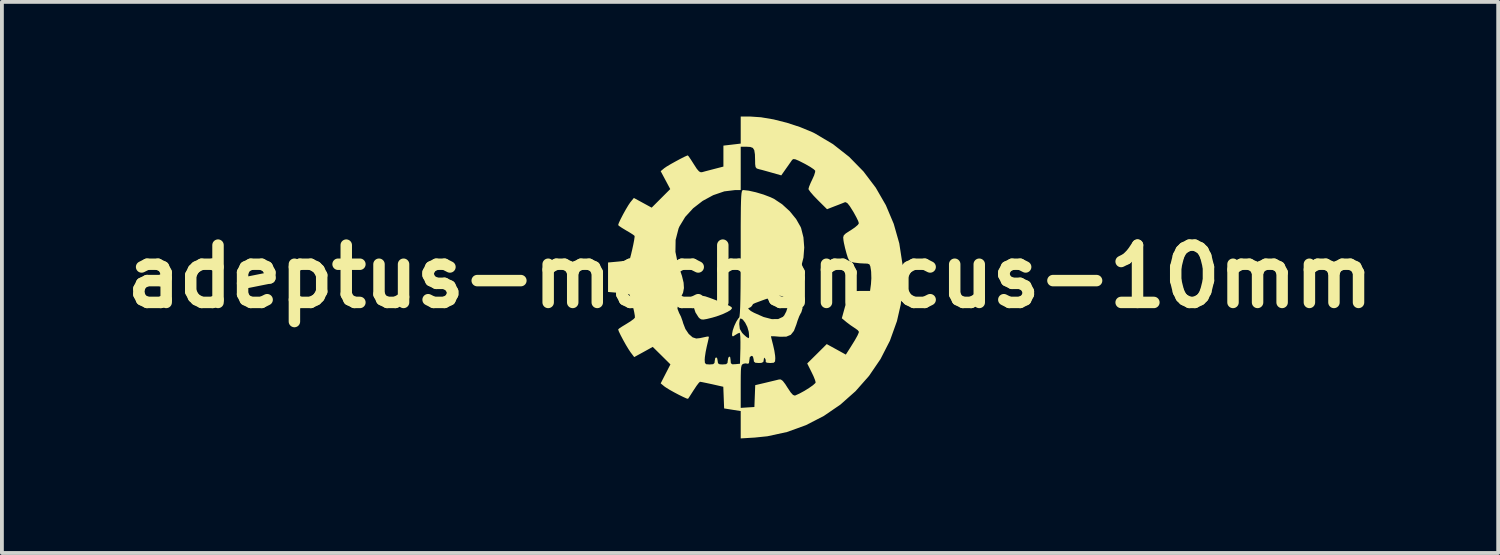
<source format=kicad_pcb>
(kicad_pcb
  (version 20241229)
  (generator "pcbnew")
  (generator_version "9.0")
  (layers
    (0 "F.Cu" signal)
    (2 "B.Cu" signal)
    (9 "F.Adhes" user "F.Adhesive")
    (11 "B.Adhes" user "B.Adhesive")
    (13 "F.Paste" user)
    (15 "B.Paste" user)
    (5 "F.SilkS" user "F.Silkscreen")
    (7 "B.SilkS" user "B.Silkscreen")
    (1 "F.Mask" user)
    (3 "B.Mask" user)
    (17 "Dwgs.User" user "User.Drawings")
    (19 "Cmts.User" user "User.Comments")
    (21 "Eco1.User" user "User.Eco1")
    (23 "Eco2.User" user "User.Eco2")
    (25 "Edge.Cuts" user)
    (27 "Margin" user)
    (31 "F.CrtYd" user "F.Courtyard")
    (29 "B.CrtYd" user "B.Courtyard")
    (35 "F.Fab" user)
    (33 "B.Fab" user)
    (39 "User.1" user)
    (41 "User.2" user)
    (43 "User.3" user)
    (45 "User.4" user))
  (footprint "adeptus-mechanicus-10mm"
    (layer "F.Cu")
    (at 16.586 4.189)
    (property "Reference" "adeptus-mechanicus-10mm" (at 0 0 0) (layer "F.SilkS") (effects (font (size 1.5 1.5) (thickness 0.3))))
    (attr board_only exclude_from_pos_files exclude_from_bom)
    (fp_poly (pts (xy -1.176 0.518) (xy -1.066 0.555) (xy -0.985 0.585) (xy -0.78 0.664) (xy -0.635 0.723) (xy -0.543 0.766) (xy -0.492 0.797) (xy -0.473 0.822) (xy -0.472 0.829) (xy -0.505 0.873) (xy -0.595 0.928) (xy -0.725 0.988) (xy -0.879 1.044) (xy -0.988 1.076) (xy -1.133 1.112) (xy -1.224 1.127) (xy -1.282 1.121) (xy -1.324 1.093) (xy -1.35 1.066) (xy -1.43 0.939) (xy -1.481 0.783) (xy -1.491 0.697) (xy -1.461 0.611) (xy -1.372 0.544) (xy -1.307 0.515) (xy -1.249 0.505)) (stroke (width 0) (type solid)) (fill yes) (layer "F.SilkS"))
    (fp_poly (pts (xy 0.286 -4.169) (xy 0.617 -4.113) (xy 0.965 -4.025) (xy 1.307 -3.913) (xy 1.622 -3.783) (xy 1.698 -3.746) (xy 2.17 -3.466) (xy 2.595 -3.132) (xy 2.969 -2.75) (xy 3.29 -2.326) (xy 3.555 -1.867) (xy 3.761 -1.379) (xy 3.906 -0.869) (xy 3.987 -0.343) (xy 4.001 0.192) (xy 3.945 0.731) (xy 3.845 1.168) (xy 3.661 1.681) (xy 3.415 2.161) (xy 3.114 2.602) (xy 2.762 3.001) (xy 2.366 3.352) (xy 1.931 3.65) (xy 1.463 3.891) (xy 0.969 4.07) (xy 0.454 4.182) (xy 0.123 4.216) (xy -0.245 4.238) (xy -0.245 3.88) (xy -0.245 3.522) (xy -0.462 3.488) (xy -0.679 3.453) (xy -0.69 3.17) (xy -0.701 2.886) (xy -0.992 2.82) (xy -1.132 2.79) (xy -1.243 2.767) (xy -1.305 2.756) (xy -1.31 2.755) (xy -1.343 2.785) (xy -1.402 2.862) (xy -1.474 2.971) (xy -1.475 2.972) (xy -1.546 3.083) (xy -1.599 3.165) (xy -1.624 3.201) (xy -1.624 3.201) (xy -1.661 3.193) (xy -1.746 3.155) (xy -1.86 3.099) (xy -1.987 3.032) (xy -2.107 2.965) (xy -2.202 2.906) (xy -2.246 2.875) (xy -2.34 2.797) (xy -2.213 2.549) (xy -2.085 2.3) (xy -2.316 2.071) (xy -2.548 1.842) (xy -2.79 1.976) (xy -3.033 2.109) (xy -3.128 1.984) (xy -3.182 1.903) (xy -3.251 1.789) (xy -3.323 1.66) (xy -3.388 1.537) (xy -3.435 1.439) (xy -3.453 1.386) (xy -3.453 1.385) (xy -3.423 1.357) (xy -3.344 1.305) (xy -3.243 1.244) (xy -3.131 1.174) (xy -3.048 1.113) (xy -3.015 1.077) (xy -3.017 1.025) (xy -3.035 0.923) (xy -3.064 0.795) (xy -3.098 0.662) (xy -3.131 0.548) (xy -3.157 0.476) (xy -3.165 0.465) (xy -3.207 0.454) (xy -3.305 0.441) (xy -3.437 0.428) (xy -3.449 0.427) (xy -3.718 0.404) (xy -3.718 0.019) (xy -3.718 -0.367) (xy -3.446 -0.392) (xy -3.312 -0.406) (xy -3.211 -0.419) (xy -3.162 -0.43) (xy -3.161 -0.43) (xy -3.143 -0.476) (xy -3.117 -0.572) (xy -3.1 -0.645) (xy -1.954 -0.645) (xy -1.888 -0.323) (xy -1.861 -0.243) (xy -1.783 -0.016) (xy -1.74 0.161) (xy -1.731 0.302) (xy -1.754 0.424) (xy -1.808 0.537) (xy -1.886 0.706) (xy -1.901 0.844) (xy -1.854 0.963) (xy -1.851 0.967) (xy -1.809 1.051) (xy -1.766 1.171) (xy -1.752 1.222) (xy -1.693 1.374) (xy -1.606 1.503) (xy -1.505 1.592) (xy -1.409 1.623) (xy -1.309 1.612) (xy -1.198 1.588) (xy -1.117 1.571) (xy -1.078 1.576) (xy -1.077 1.578) (xy -1.086 1.626) (xy -1.108 1.724) (xy -1.133 1.83) (xy -1.163 1.975) (xy -1.183 2.11) (xy -1.188 2.18) (xy -1.182 2.262) (xy -1.148 2.296) (xy -1.061 2.302) (xy -1.057 2.302) (xy -0.967 2.295) (xy -0.931 2.263) (xy -0.925 2.208) (xy -0.912 2.137) (xy -0.887 2.114) (xy -0.859 2.146) (xy -0.849 2.208) (xy -0.839 2.272) (xy -0.795 2.298) (xy -0.717 2.302) (xy -0.628 2.295) (xy -0.591 2.263) (xy -0.585 2.21) (xy -0.571 2.13) (xy -0.547 2.095) (xy -0.521 2.11) (xy -0.51 2.183) (xy -0.51 2.189) (xy -0.503 2.269) (xy -0.467 2.298) (xy -0.387 2.295) (xy -0.264 2.283) (xy -0.253 1.878) (xy -0.252 1.713) (xy -0.255 1.58) (xy -0.264 1.495) (xy -0.273 1.472) (xy -0.324 1.492) (xy -0.388 1.531) (xy -0.448 1.568) (xy -0.469 1.552) (xy -0.471 1.502) (xy -0.454 1.412) (xy -0.414 1.296) (xy -0.392 1.248) (xy -0.283 1.248) (xy -0.268 1.372) (xy -0.21 1.472) (xy -0.168 1.517) (xy -0.094 1.583) (xy -0.042 1.613) (xy -0.032 1.611) (xy -0.025 1.564) (xy -0.032 1.472) (xy -0.037 1.438) (xy -0.072 1.32) (xy -0.128 1.208) (xy -0.191 1.126) (xy -0.248 1.095) (xy -0.27 1.128) (xy -0.282 1.212) (xy -0.283 1.248) (xy -0.392 1.248) (xy -0.361 1.182) (xy -0.309 1.099) (xy -0.287 1.078) (xy -0.276 1.043) (xy -0.267 0.952) (xy -0.259 0.802) (xy -0.046 0.802) (xy -0.042 0.85) (xy 0.019 0.902) (xy 0.104 0.949) (xy 0.355 1.06) (xy 0.567 1.115) (xy 0.735 1.114) (xy 0.859 1.056) (xy 0.894 1.018) (xy 0.949 0.913) (xy 0.986 0.79) (xy 0.986 0.788) (xy 0.991 0.681) (xy 0.954 0.605) (xy 0.919 0.569) (xy 0.86 0.524) (xy 0.792 0.504) (xy 0.7 0.508) (xy 0.572 0.539) (xy 0.393 0.598) (xy 0.321 0.624) (xy 0.131 0.695) (xy 0.01 0.753) (xy -0.046 0.802) (xy -0.259 0.802) (xy -0.259 0.801) (xy -0.253 0.587) (xy -0.249 0.307) (xy -0.247 -0.041) (xy -0.245 -0.461) (xy -0.245 -0.606) (xy -0.245 -1.004) (xy -0.245 -1.332) (xy -0.243 -1.599) (xy -0.241 -1.809) (xy -0.237 -1.97) (xy -0.232 -2.088) (xy -0.225 -2.17) (xy -0.216 -2.222) (xy -0.205 -2.25) (xy -0.191 -2.262) (xy -0.179 -2.264) (xy -0.033 -2.247) (xy 0.154 -2.205) (xy 0.352 -2.146) (xy 0.533 -2.077) (xy 0.625 -2.034) (xy 0.839 -1.892) (xy 1.039 -1.709) (xy 1.206 -1.504) (xy 1.324 -1.297) (xy 1.337 -1.264) (xy 1.397 -1.026) (xy 1.418 -0.759) (xy 1.398 -0.495) (xy 1.339 -0.263) (xy 1.337 -0.257) (xy 1.283 -0.098) (xy 1.236 0.075) (xy 1.221 0.144) (xy 1.203 0.27) (xy 1.209 0.364) (xy 1.247 0.463) (xy 1.281 0.531) (xy 1.354 0.698) (xy 1.374 0.829) (xy 1.342 0.937) (xy 1.326 0.963) (xy 1.287 1.04) (xy 1.242 1.159) (xy 1.212 1.255) (xy 1.148 1.423) (xy 1.066 1.526) (xy 0.949 1.574) (xy 0.785 1.577) (xy 0.754 1.574) (xy 0.641 1.565) (xy 0.566 1.563) (xy 0.547 1.567) (xy 0.556 1.608) (xy 0.579 1.701) (xy 0.604 1.799) (xy 0.636 1.942) (xy 0.656 2.075) (xy 0.66 2.14) (xy 0.654 2.223) (xy 0.62 2.257) (xy 0.536 2.264) (xy 0.526 2.264) (xy 0.443 2.257) (xy 0.409 2.239) (xy 0.41 2.234) (xy 0.409 2.181) (xy 0.394 2.149) (xy 0.368 2.123) (xy 0.359 2.164) (xy 0.359 2.18) (xy 0.347 2.237) (xy 0.296 2.261) (xy 0.226 2.264) (xy 0.137 2.257) (xy 0.101 2.226) (xy 0.094 2.17) (xy 0.075 2.094) (xy 0.038 2.076) (xy -0.007 2.109) (xy -0.019 2.191) (xy -0.029 2.267) (xy -0.056 2.284) (xy -0.057 2.283) (xy -0.121 2.274) (xy -0.17 2.283) (xy -0.199 2.297) (xy -0.22 2.324) (xy -0.233 2.377) (xy -0.241 2.467) (xy -0.244 2.606) (xy -0.245 2.805) (xy -0.245 2.873) (xy -0.245 3.439) (xy -0.066 3.427) (xy 0.113 3.416) (xy 0.124 3.13) (xy 0.135 2.844) (xy 0.407 2.78) (xy 0.552 2.745) (xy 0.677 2.715) (xy 0.755 2.696) (xy 0.757 2.695) (xy 0.806 2.696) (xy 0.857 2.733) (xy 0.923 2.819) (xy 0.978 2.906) (xy 1.063 3.033) (xy 1.124 3.1) (xy 1.172 3.117) (xy 1.183 3.114) (xy 1.295 3.063) (xy 1.422 2.994) (xy 1.544 2.918) (xy 1.645 2.847) (xy 1.707 2.791) (xy 1.717 2.771) (xy 1.701 2.71) (xy 1.659 2.606) (xy 1.606 2.496) (xy 1.496 2.276) (xy 1.752 2.023) (xy 2.007 1.769) (xy 2.257 1.906) (xy 2.507 2.044) (xy 2.635 1.843) (xy 2.744 1.667) (xy 2.812 1.545) (xy 2.845 1.469) (xy 2.849 1.445) (xy 2.82 1.406) (xy 2.748 1.353) (xy 2.737 1.347) (xy 2.629 1.274) (xy 2.518 1.19) (xy 2.514 1.186) (xy 2.402 1.093) (xy 2.489 0.777) (xy 2.531 0.629) (xy 2.569 0.507) (xy 2.596 0.431) (xy 2.602 0.419) (xy 2.651 0.397) (xy 2.756 0.382) (xy 2.884 0.377) (xy 3.141 0.377) (xy 3.165 0.2) (xy 3.175 0.045) (xy 3.17 -0.12) (xy 3.166 -0.158) (xy 3.148 -0.267) (xy 3.123 -0.32) (xy 3.071 -0.338) (xy 3.005 -0.34) (xy 2.868 -0.347) (xy 2.729 -0.364) (xy 2.728 -0.364) (xy 2.648 -0.382) (xy 2.598 -0.416) (xy 2.561 -0.486) (xy 2.526 -0.599) (xy 2.487 -0.744) (xy 2.456 -0.883) (xy 2.445 -0.948) (xy 2.438 -1.024) (xy 2.453 -1.077) (xy 2.504 -1.127) (xy 2.602 -1.191) (xy 2.637 -1.212) (xy 2.745 -1.286) (xy 2.822 -1.352) (xy 2.848 -1.394) (xy 2.831 -1.451) (xy 2.782 -1.552) (xy 2.713 -1.678) (xy 2.695 -1.708) (xy 2.61 -1.843) (xy 2.549 -1.919) (xy 2.502 -1.946) (xy 2.478 -1.943) (xy 2.409 -1.915) (xy 2.299 -1.872) (xy 2.215 -1.84) (xy 2.015 -1.762) (xy 1.772 -2.003) (xy 1.664 -2.115) (xy 1.581 -2.211) (xy 1.534 -2.277) (xy 1.529 -2.293) (xy 1.545 -2.352) (xy 1.586 -2.452) (xy 1.625 -2.534) (xy 1.676 -2.646) (xy 1.703 -2.735) (xy 1.705 -2.771) (xy 1.665 -2.809) (xy 1.575 -2.87) (xy 1.451 -2.941) (xy 1.413 -2.961) (xy 1.275 -3.031) (xy 1.187 -3.068) (xy 1.135 -3.075) (xy 1.104 -3.056) (xy 1.098 -3.048) (xy 1.054 -2.985) (xy 0.985 -2.887) (xy 0.937 -2.819) (xy 0.817 -2.648) (xy 0.578 -2.716) (xy 0.436 -2.756) (xy 0.309 -2.791) (xy 0.236 -2.809) (xy 0.175 -2.828) (xy 0.144 -2.866) (xy 0.133 -2.944) (xy 0.132 -3.029) (xy 0.127 -3.199) (xy 0.11 -3.307) (xy 0.072 -3.367) (xy 0.006 -3.392) (xy -0.08 -3.397) (xy -0.245 -3.397) (xy -0.245 -2.831) (xy -0.245 -2.264) (xy -0.387 -2.264) (xy -0.675 -2.229) (xy -0.964 -2.13) (xy -1.241 -1.98) (xy -1.491 -1.786) (xy -1.698 -1.56) (xy -1.848 -1.312) (xy -1.872 -1.257) (xy -1.949 -0.959) (xy -1.954 -0.645) (xy -3.1 -0.645) (xy -3.087 -0.698) (xy -3.058 -0.831) (xy -3.035 -0.951) (xy -3.023 -1.036) (xy -3.023 -1.063) (xy -3.062 -1.095) (xy -3.148 -1.15) (xy -3.247 -1.208) (xy -3.354 -1.273) (xy -3.428 -1.323) (xy -3.453 -1.347) (xy -3.436 -1.402) (xy -3.389 -1.502) (xy -3.325 -1.626) (xy -3.254 -1.754) (xy -3.187 -1.866) (xy -3.135 -1.943) (xy -3.134 -1.944) (xy -3.042 -2.057) (xy -2.809 -1.93) (xy -2.576 -1.803) (xy -2.333 -2.046) (xy -2.09 -2.289) (xy -2.215 -2.524) (xy -2.34 -2.758) (xy -2.246 -2.836) (xy -2.182 -2.88) (xy -2.078 -2.942) (xy -1.952 -3.012) (xy -1.826 -3.08) (xy -1.717 -3.135) (xy -1.645 -3.167) (xy -1.629 -3.17) (xy -1.604 -3.141) (xy -1.551 -3.063) (xy -1.48 -2.952) (xy -1.473 -2.941) (xy -1.394 -2.819) (xy -1.336 -2.752) (xy -1.289 -2.729) (xy -1.251 -2.733) (xy -1.172 -2.755) (xy -1.049 -2.787) (xy -0.934 -2.817) (xy -0.698 -2.878) (xy -0.698 -3.152) (xy -0.698 -3.427) (xy -0.472 -3.453) (xy -0.245 -3.48) (xy -0.245 -3.834) (xy -0.245 -4.189) (xy -0.004 -4.189)) (stroke (width 0) (type solid)) (fill yes) (layer "F.SilkS")))
  (gr_rect
    (start -3 -3)
    (end 36.171 11.427)
    (stroke (width 0.1) (type default))
    (fill no)
    (layer "Edge.Cuts")))
</source>
